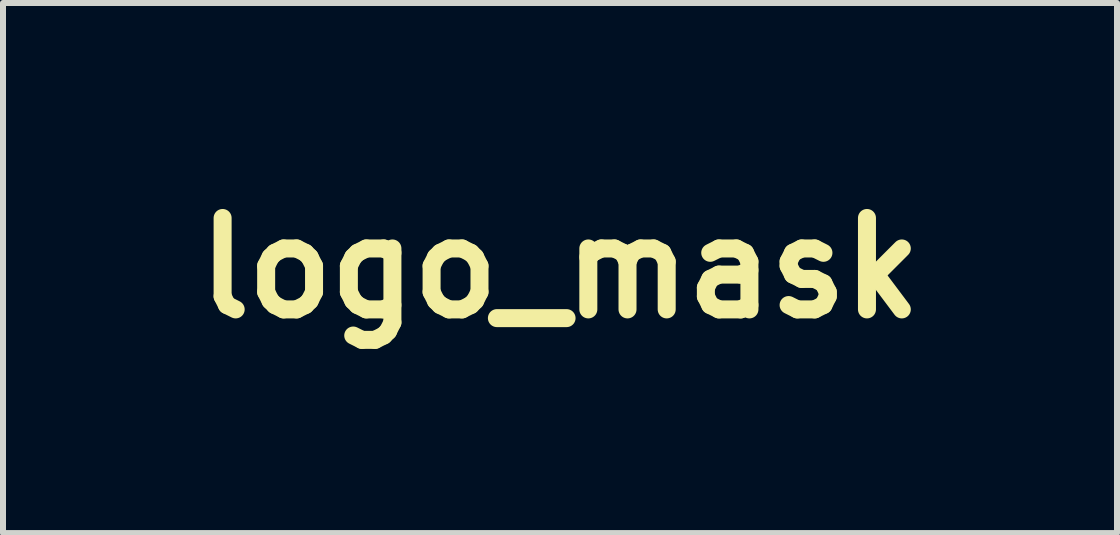
<source format=kicad_pcb>
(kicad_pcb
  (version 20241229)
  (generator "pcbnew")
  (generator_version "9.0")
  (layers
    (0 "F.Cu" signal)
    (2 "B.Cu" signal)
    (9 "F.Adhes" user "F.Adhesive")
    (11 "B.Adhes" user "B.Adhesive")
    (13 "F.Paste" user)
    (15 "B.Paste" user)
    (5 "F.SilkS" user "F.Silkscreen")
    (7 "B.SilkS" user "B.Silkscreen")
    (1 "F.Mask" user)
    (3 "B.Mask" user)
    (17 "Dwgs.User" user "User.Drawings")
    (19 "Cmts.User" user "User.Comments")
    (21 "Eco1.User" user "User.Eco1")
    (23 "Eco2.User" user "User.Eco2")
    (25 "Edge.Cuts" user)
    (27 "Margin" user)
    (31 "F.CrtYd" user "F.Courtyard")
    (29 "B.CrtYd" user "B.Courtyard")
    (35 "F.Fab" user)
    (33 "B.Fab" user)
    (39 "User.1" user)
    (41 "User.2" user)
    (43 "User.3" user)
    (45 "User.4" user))
  (footprint "logo_mask"
    (layer "F.Cu")
    (at 6.285 1.418)
    (property "Reference" "logo_mask" (at 0 0 0) (layer "F.SilkS") (effects (font (size 1.524 1.524) (thickness 0.3))))
    (attr board_only exclude_from_pos_files exclude_from_bom)
    (fp_poly (pts (xy -0.877 0) (xy -1.108 0) (xy -1.108 -0.97) (xy -0.877 -0.97)) (stroke (width 0) (type solid)) (fill yes) (layer "F.Mask"))
    (fp_poly (pts (xy 2.502 0.431) (xy 2.523 0.485) (xy 2.535 0.594) (xy 2.539 0.773) (xy 2.54 0.901) (xy 2.538 1.122) (xy 2.53 1.266) (xy 2.514 1.348) (xy 2.489 1.382) (xy 2.471 1.385) (xy 2.439 1.371) (xy 2.419 1.316) (xy 2.407 1.207) (xy 2.402 1.028) (xy 2.401 0.901) (xy 2.404 0.679) (xy 2.411 0.535) (xy 2.427 0.453) (xy 2.452 0.419) (xy 2.471 0.416)) (stroke (width 0) (type solid)) (fill yes) (layer "F.Mask"))
    (fp_poly (pts (xy 1.605 0.424) (xy 1.645 0.445) (xy 1.671 0.501) (xy 1.687 0.61) (xy 1.697 0.789) (xy 1.699 0.841) (xy 1.712 1.242) (xy 1.926 1.256) (xy 2.059 1.276) (xy 2.144 1.31) (xy 2.159 1.328) (xy 2.143 1.36) (xy 2.061 1.378) (xy 1.9 1.385) (xy 1.851 1.385) (xy 1.524 1.385) (xy 1.524 0.897) (xy 1.525 0.68) (xy 1.531 0.539) (xy 1.544 0.46) (xy 1.567 0.427) (xy 1.602 0.424)) (stroke (width 0) (type solid)) (fill yes) (layer "F.Mask"))
    (fp_poly (pts (xy 0.107 0.434) (xy 0.239 0.494) (xy 0.307 0.604) (xy 0.323 0.745) (xy 0.305 0.889) (xy 0.239 0.973) (xy 0.111 1.01) (xy -0.009 1.016) (xy -0.231 1.016) (xy -0.231 1.201) (xy -0.242 1.329) (xy -0.28 1.382) (xy -0.3 1.385) (xy -0.332 1.371) (xy -0.352 1.316) (xy -0.364 1.207) (xy -0.369 1.028) (xy -0.369 0.901) (xy -0.369 0.549) (xy -0.231 0.549) (xy -0.231 0.883) (xy -0.035 0.869) (xy 0.089 0.854) (xy 0.145 0.822) (xy 0.161 0.752) (xy 0.162 0.716) (xy 0.154 0.628) (xy 0.114 0.585) (xy 0.017 0.567) (xy -0.035 0.563) (xy -0.231 0.549) (xy -0.369 0.549) (xy -0.369 0.416) (xy -0.1 0.416)) (stroke (width 0) (type solid)) (fill yes) (layer "F.Mask"))
    (fp_poly (pts (xy 1.079 0.434) (xy 1.212 0.496) (xy 1.279 0.606) (xy 1.293 0.724) (xy 1.256 0.877) (xy 1.146 0.975) (xy 0.967 1.015) (xy 0.932 1.016) (xy 0.739 1.016) (xy 0.739 1.201) (xy 0.727 1.329) (xy 0.69 1.382) (xy 0.67 1.385) (xy 0.638 1.371) (xy 0.617 1.316) (xy 0.606 1.207) (xy 0.601 1.028) (xy 0.6 0.901) (xy 0.6 0.549) (xy 0.739 0.549) (xy 0.739 0.883) (xy 0.935 0.869) (xy 1.059 0.854) (xy 1.115 0.822) (xy 1.131 0.752) (xy 1.131 0.716) (xy 1.124 0.628) (xy 1.084 0.585) (xy 0.987 0.567) (xy 0.935 0.563) (xy 0.739 0.549) (xy 0.6 0.549) (xy 0.6 0.416) (xy 0.87 0.416)) (stroke (width 0) (type solid)) (fill yes) (layer "F.Mask"))
    (fp_poly (pts (xy -3.603 -0.944) (xy -3.473 -0.868) (xy -3.419 -0.748) (xy -3.417 -0.722) (xy -3.452 -0.64) (xy -3.53 -0.611) (xy -3.612 -0.646) (xy -3.625 -0.662) (xy -3.712 -0.718) (xy -3.827 -0.739) (xy -3.972 -0.739) (xy -3.972 -0.185) (xy -3.832 -0.185) (xy -3.718 -0.206) (xy -3.665 -0.254) (xy -3.603 -0.308) (xy -3.528 -0.323) (xy -3.441 -0.293) (xy -3.418 -0.217) (xy -3.462 -0.12) (xy -3.502 -0.076) (xy -3.599 -0.031) (xy -3.747 -0.005) (xy -3.911 0.000305) (xy -4.055 -0.016) (xy -4.146 -0.055) (xy -4.147 -0.055) (xy -4.177 -0.133) (xy -4.197 -0.283) (xy -4.203 -0.464) (xy -4.193 -0.688) (xy -4.158 -0.835) (xy -4.084 -0.921) (xy -3.961 -0.961) (xy -3.802 -0.97)) (stroke (width 0) (type solid)) (fill yes) (layer "F.Mask"))
    (fp_poly (pts (xy -0.728 0.433) (xy -0.707 0.495) (xy -0.696 0.616) (xy -0.693 0.813) (xy -0.693 0.845) (xy -0.699 1.081) (xy -0.717 1.245) (xy -0.747 1.328) (xy -0.748 1.33) (xy -0.842 1.372) (xy -0.988 1.388) (xy -1.148 1.378) (xy -1.286 1.344) (xy -1.355 1.301) (xy -1.395 1.233) (xy -1.419 1.123) (xy -1.43 0.952) (xy -1.432 0.813) (xy -1.43 0.618) (xy -1.422 0.5) (xy -1.404 0.44) (xy -1.374 0.422) (xy -1.351 0.424) (xy -1.311 0.445) (xy -1.285 0.501) (xy -1.269 0.608) (xy -1.259 0.786) (xy -1.257 0.846) (xy -1.243 1.252) (xy -0.854 1.224) (xy -0.841 0.82) (xy -0.831 0.618) (xy -0.815 0.493) (xy -0.791 0.431) (xy -0.76 0.416)) (stroke (width 0) (type solid)) (fill yes) (layer "F.Mask"))
    (fp_poly (pts (xy -3.063 -0.965) (xy -3.029 -0.94) (xy -3.009 -0.874) (xy -2.999 -0.75) (xy -2.992 -0.589) (xy -2.979 -0.208) (xy -2.655 -0.208) (xy -2.642 -0.589) (xy -2.634 -0.776) (xy -2.622 -0.888) (xy -2.601 -0.946) (xy -2.563 -0.967) (xy -2.515 -0.97) (xy -2.461 -0.966) (xy -2.427 -0.943) (xy -2.41 -0.884) (xy -2.403 -0.769) (xy -2.401 -0.581) (xy -2.401 -0.561) (xy -2.408 -0.325) (xy -2.435 -0.165) (xy -2.493 -0.068) (xy -2.594 -0.018) (xy -2.75 -0.001) (xy -2.825 0) (xy -3.001 -0.011) (xy -3.112 -0.048) (xy -3.156 -0.084) (xy -3.196 -0.153) (xy -3.22 -0.264) (xy -3.231 -0.436) (xy -3.233 -0.569) (xy -3.232 -0.762) (xy -3.225 -0.88) (xy -3.208 -0.942) (xy -3.175 -0.966) (xy -3.121 -0.97) (xy -3.119 -0.97)) (stroke (width 0) (type solid)) (fill yes) (layer "F.Mask"))
    (fp_poly (pts (xy -0.119 -0.972) (xy 0.031 -0.936) (xy 0.108 -0.885) (xy 0.148 -0.795) (xy 0.175 -0.646) (xy 0.187 -0.467) (xy 0.184 -0.29) (xy 0.166 -0.143) (xy 0.131 -0.057) (xy 0.129 -0.055) (xy 0.055 -0.025) (xy -0.082 -0.005) (xy -0.21 0) (xy -0.39 -0.008) (xy -0.503 -0.036) (xy -0.57 -0.084) (xy -0.622 -0.195) (xy -0.645 -0.342) (xy -0.411 -0.342) (xy -0.385 -0.242) (xy -0.319 -0.195) (xy -0.209 -0.185) (xy -0.046 -0.185) (xy -0.046 -0.744) (xy -0.219 -0.73) (xy -0.327 -0.716) (xy -0.38 -0.678) (xy -0.401 -0.59) (xy -0.407 -0.514) (xy -0.411 -0.342) (xy -0.645 -0.342) (xy -0.648 -0.36) (xy -0.648 -0.547) (xy -0.624 -0.722) (xy -0.574 -0.851) (xy -0.56 -0.87) (xy -0.451 -0.938) (xy -0.292 -0.972)) (stroke (width 0) (type solid)) (fill yes) (layer "F.Mask"))
    (fp_poly (pts (xy 1.187 -0.966) (xy 1.221 -0.943) (xy 1.239 -0.884) (xy 1.246 -0.769) (xy 1.247 -0.581) (xy 1.247 -0.561) (xy 1.24 -0.325) (xy 1.214 -0.165) (xy 1.155 -0.068) (xy 1.054 -0.018) (xy 0.899 -0.001) (xy 0.825 0) (xy 0.674 -0.01) (xy 0.558 -0.034) (xy 0.517 -0.055) (xy 0.488 -0.134) (xy 0.469 -0.295) (xy 0.462 -0.529) (xy 0.462 -0.544) (xy 0.463 -0.745) (xy 0.469 -0.871) (xy 0.483 -0.938) (xy 0.511 -0.963) (xy 0.556 -0.963) (xy 0.566 -0.961) (xy 0.617 -0.948) (xy 0.649 -0.911) (xy 0.667 -0.833) (xy 0.678 -0.693) (xy 0.683 -0.563) (xy 0.697 -0.179) (xy 0.845 -0.193) (xy 0.993 -0.208) (xy 1.006 -0.589) (xy 1.014 -0.776) (xy 1.026 -0.888) (xy 1.047 -0.946) (xy 1.085 -0.967) (xy 1.133 -0.97)) (stroke (width 0) (type solid)) (fill yes) (layer "F.Mask"))
    (fp_poly (pts (xy 3.171 0.425) (xy 3.358 0.442) (xy 3.47 0.471) (xy 3.498 0.496) (xy 3.48 0.532) (xy 3.39 0.55) (xy 3.26 0.554) (xy 3.113 0.556) (xy 3.036 0.571) (xy 3.007 0.611) (xy 3.002 0.687) (xy 3.002 0.693) (xy 3.007 0.775) (xy 3.038 0.816) (xy 3.119 0.83) (xy 3.233 0.831) (xy 3.378 0.839) (xy 3.449 0.864) (xy 3.464 0.901) (xy 3.439 0.944) (xy 3.353 0.965) (xy 3.233 0.97) (xy 3.096 0.973) (xy 3.028 0.992) (xy 3.004 1.04) (xy 3.002 1.106) (xy 3.007 1.186) (xy 3.04 1.228) (xy 3.123 1.247) (xy 3.241 1.256) (xy 3.388 1.275) (xy 3.481 1.308) (xy 3.498 1.328) (xy 3.482 1.36) (xy 3.4 1.378) (xy 3.24 1.385) (xy 3.19 1.385) (xy 2.863 1.385) (xy 2.863 0.411)) (stroke (width 0) (type solid)) (fill yes) (layer "F.Mask"))
    (fp_poly (pts (xy -1.616 -0.955) (xy -1.478 -0.904) (xy -1.407 -0.807) (xy -1.39 -0.655) (xy -1.396 -0.582) (xy -1.401 -0.447) (xy -1.387 -0.352) (xy -1.376 -0.332) (xy -1.349 -0.258) (xy -1.347 -0.156) (xy -1.383 -0.049) (xy -1.466 -0.008) (xy -1.548 -0.017) (xy -1.57 -0.085) (xy -1.592 -0.232) (xy -1.665 -0.307) (xy -1.76 -0.323) (xy -1.85 -0.314) (xy -1.887 -0.267) (xy -1.893 -0.162) (xy -1.902 -0.052) (xy -1.941 -0.008) (xy -2.009 0) (xy -2.124 0) (xy -2.124 -0.673) (xy -1.893 -0.673) (xy -1.88 -0.589) (xy -1.819 -0.558) (xy -1.752 -0.554) (xy -1.653 -0.564) (xy -1.622 -0.609) (xy -1.625 -0.658) (xy -1.669 -0.744) (xy -1.766 -0.777) (xy -1.859 -0.775) (xy -1.891 -0.723) (xy -1.893 -0.673) (xy -2.124 -0.673) (xy -2.124 -0.97) (xy -1.831 -0.97)) (stroke (width 0) (type solid)) (fill yes) (layer "F.Mask"))
    (fp_poly (pts (xy 2.109 -0.937) (xy 2.186 -0.885) (xy 2.256 -0.775) (xy 2.251 -0.69) (xy 2.177 -0.648) (xy 2.147 -0.647) (xy 2.061 -0.662) (xy 2.032 -0.693) (xy 1.991 -0.723) (xy 1.892 -0.739) (xy 1.87 -0.739) (xy 1.751 -0.724) (xy 1.709 -0.676) (xy 1.709 -0.67) (xy 1.737 -0.623) (xy 1.832 -0.603) (xy 1.909 -0.6) (xy 2.096 -0.571) (xy 2.213 -0.481) (xy 2.262 -0.33) (xy 2.263 -0.292) (xy 2.229 -0.142) (xy 2.127 -0.047) (xy 1.95 -0.004) (xy 1.862 0) (xy 1.693 -0.013) (xy 1.585 -0.057) (xy 1.549 -0.091) (xy 1.496 -0.183) (xy 1.494 -0.252) (xy 1.556 -0.311) (xy 1.647 -0.317) (xy 1.718 -0.269) (xy 1.725 -0.254) (xy 1.789 -0.202) (xy 1.892 -0.185) (xy 1.994 -0.199) (xy 2.03 -0.252) (xy 2.032 -0.277) (xy 2.016 -0.339) (xy 1.951 -0.365) (xy 1.855 -0.369) (xy 1.679 -0.404) (xy 1.554 -0.495) (xy 1.491 -0.624) (xy 1.502 -0.774) (xy 1.55 -0.867) (xy 1.647 -0.937) (xy 1.796 -0.972) (xy 1.962 -0.973)) (stroke (width 0) (type solid)) (fill yes) (layer "F.Mask"))
    (fp_poly (pts (xy -1.845 0.436) (xy -1.741 0.501) (xy -1.709 0.61) (xy -1.739 0.678) (xy -1.802 0.687) (xy -1.86 0.633) (xy -1.864 0.623) (xy -1.931 0.571) (xy -2.054 0.554) (xy -2.163 0.562) (xy -2.208 0.6) (xy -2.217 0.693) (xy -2.21 0.779) (xy -2.174 0.819) (xy -2.081 0.831) (xy -2.018 0.831) (xy -1.85 0.849) (xy -1.753 0.91) (xy -1.713 1.029) (xy -1.709 1.108) (xy -1.726 1.252) (xy -1.787 1.338) (xy -1.91 1.378) (xy -2.055 1.385) (xy -2.202 1.375) (xy -2.313 1.349) (xy -2.346 1.33) (xy -2.398 1.242) (xy -2.377 1.176) (xy -2.309 1.155) (xy -2.234 1.174) (xy -2.217 1.201) (xy -2.176 1.23) (xy -2.073 1.246) (xy -2.032 1.247) (xy -1.914 1.241) (xy -1.861 1.212) (xy -1.848 1.138) (xy -1.847 1.108) (xy -1.854 1.022) (xy -1.89 0.982) (xy -1.981 0.97) (xy -2.048 0.97) (xy -2.235 0.939) (xy -2.354 0.851) (xy -2.401 0.706) (xy -2.401 0.685) (xy -2.362 0.545) (xy -2.248 0.454) (xy -2.064 0.416) (xy -2.026 0.416)) (stroke (width 0) (type solid)) (fill yes) (layer "F.Mask"))
    (fp_poly (pts (xy 4.222 0.435) (xy 4.343 0.486) (xy 4.413 0.555) (xy 4.416 0.63) (xy 4.396 0.657) (xy 4.339 0.682) (xy 4.281 0.629) (xy 4.193 0.568) (xy 4.062 0.562) (xy 3.953 0.583) (xy 3.909 0.632) (xy 3.902 0.693) (xy 3.912 0.765) (xy 3.959 0.802) (xy 4.066 0.82) (xy 4.109 0.823) (xy 4.283 0.848) (xy 4.383 0.904) (xy 4.427 1.006) (xy 4.433 1.105) (xy 4.417 1.251) (xy 4.356 1.337) (xy 4.235 1.377) (xy 4.087 1.385) (xy 3.941 1.375) (xy 3.829 1.349) (xy 3.796 1.33) (xy 3.746 1.246) (xy 3.756 1.177) (xy 3.81 1.155) (xy 3.871 1.181) (xy 3.879 1.203) (xy 3.921 1.232) (xy 4.032 1.24) (xy 4.076 1.238) (xy 4.2 1.223) (xy 4.257 1.19) (xy 4.272 1.123) (xy 4.272 1.108) (xy 4.262 1.036) (xy 4.216 0.999) (xy 4.108 0.982) (xy 4.065 0.978) (xy 3.891 0.953) (xy 3.791 0.897) (xy 3.747 0.795) (xy 3.741 0.696) (xy 3.759 0.547) (xy 3.823 0.46) (xy 3.95 0.421) (xy 4.066 0.416)) (stroke (width 0) (type solid)) (fill yes) (layer "F.Mask")))
  (gr_rect
    (start -3 -3)
    (end 15.569 5.836)
    (stroke (width 0.1) (type default))
    (fill no)
    (layer "Edge.Cuts")))
</source>
